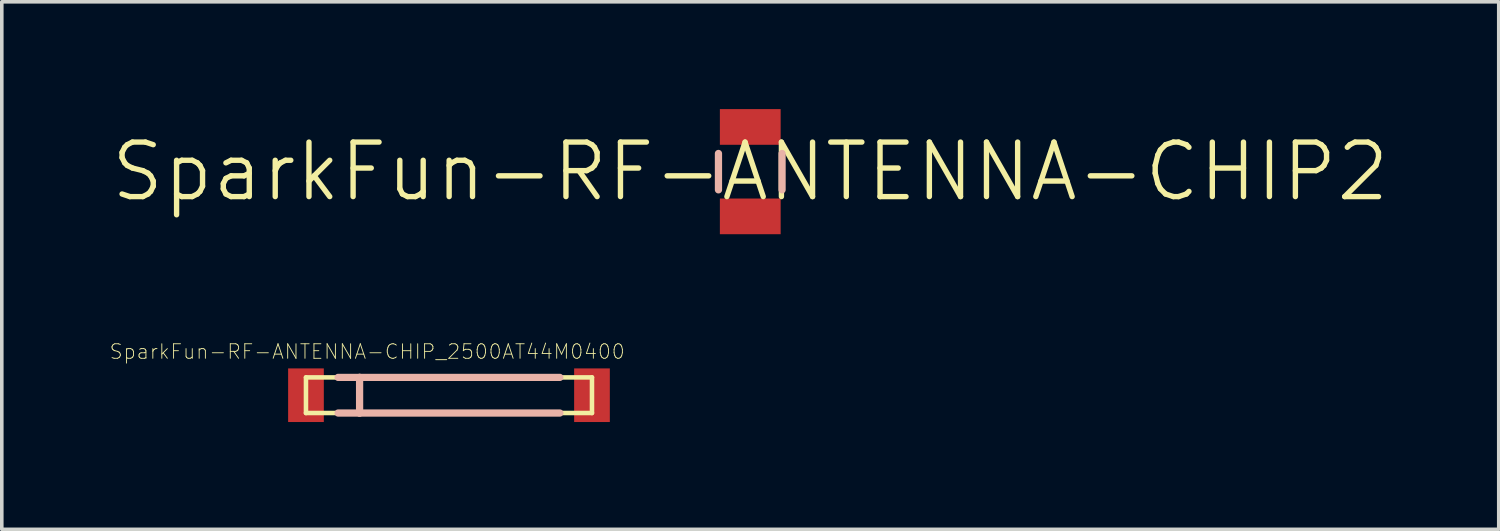
<source format=kicad_pcb>
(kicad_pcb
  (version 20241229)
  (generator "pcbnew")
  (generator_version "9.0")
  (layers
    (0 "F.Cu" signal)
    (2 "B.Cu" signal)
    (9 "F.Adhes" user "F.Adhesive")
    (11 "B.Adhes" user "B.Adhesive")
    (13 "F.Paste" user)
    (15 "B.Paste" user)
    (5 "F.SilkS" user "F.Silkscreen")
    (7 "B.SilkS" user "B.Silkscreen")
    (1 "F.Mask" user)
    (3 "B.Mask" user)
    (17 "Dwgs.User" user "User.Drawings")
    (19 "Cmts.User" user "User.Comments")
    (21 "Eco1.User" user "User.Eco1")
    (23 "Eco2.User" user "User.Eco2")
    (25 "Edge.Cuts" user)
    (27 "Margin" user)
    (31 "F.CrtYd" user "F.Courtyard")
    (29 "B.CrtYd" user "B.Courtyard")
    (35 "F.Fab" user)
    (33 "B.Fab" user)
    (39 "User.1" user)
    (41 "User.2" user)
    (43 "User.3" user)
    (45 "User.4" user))
  (footprint "SparkFun-RF-ANTENNA-CHIP_2500AT44M0400"
    (layer "F.Cu")
    (at 9.502 7.999)
    (property "Reference" "SparkFun-RF-ANTENNA-CHIP_2500AT44M0400" (at -2.286 -1.219 0) (layer "F.SilkS") (effects (font (size 0.406 0.406) (thickness 0.025))))
    (attr smd)
    (fp_line (start -3.998 -0.498) (end -2.499 -0.498) (stroke (width 0.127) (type solid)) (layer "F.SilkS"))
    (fp_line (start -3.998 0.498) (end -3.998 -0.498) (stroke (width 0.127) (type solid)) (layer "F.SilkS"))
    (fp_line (start -2.499 -0.498) (end -2.499 0.498) (stroke (width 0.127) (type solid)) (layer "F.SilkS"))
    (fp_line (start -2.499 -0.498) (end 3.998 -0.498) (stroke (width 0.127) (type solid)) (layer "F.SilkS"))
    (fp_line (start -2.499 0.498) (end -3.998 0.498) (stroke (width 0.127) (type solid)) (layer "F.SilkS"))
    (fp_line (start 3.998 -0.498) (end 3.998 0.498) (stroke (width 0.127) (type solid)) (layer "F.SilkS"))
    (fp_line (start 3.998 0.498) (end -2.499 0.498) (stroke (width 0.127) (type solid)) (layer "F.SilkS"))
    (fp_line (start -3.099 -0.498) (end -2.499 -0.498) (stroke (width 0.203) (type solid)) (layer "B.SilkS"))
    (fp_line (start -2.499 -0.498) (end -2.499 0.498) (stroke (width 0.203) (type solid)) (layer "B.SilkS"))
    (fp_line (start -2.499 -0.498) (end 3.099 -0.498) (stroke (width 0.203) (type solid)) (layer "B.SilkS"))
    (fp_line (start -2.499 0.498) (end -3.099 0.498) (stroke (width 0.203) (type solid)) (layer "B.SilkS"))
    (fp_line (start 3.099 0.498) (end -2.499 0.498) (stroke (width 0.203) (type solid)) (layer "B.SilkS"))
    (pad "FEED" smd rect (at -3.998 0) (size 0.998 1.499) (layers "F.Cu" "F.Mask" "F.Paste"))
    (pad "NC" smd rect (at 3.998 0) (size 0.998 1.499) (layers "F.Cu" "F.Mask" "F.Paste")))
  (footprint "SparkFun-RF-ANTENNA-CHIP2"
    (layer "F.Cu")
    (at 17.925 1.749)
    (property "Reference" "SparkFun-RF-ANTENNA-CHIP2" (at 0 0 0) (layer "F.SilkS") (effects (font (size 1.524 1.524) (thickness 0.15))))
    (attr smd)
    (fp_line (start -0.889 -0.508) (end -0.889 0.508) (stroke (width 0.203) (type solid)) (layer "B.SilkS"))
    (fp_line (start 0.889 -0.508) (end 0.889 0.508) (stroke (width 0.203) (type solid)) (layer "B.SilkS"))
    (pad "FEED" smd rect (at 0 -1.25) (size 1.699 0.998) (layers "F.Cu" "F.Mask" "F.Paste"))
    (pad "P$2" smd rect (at 0 1.25) (size 1.699 0.998) (layers "F.Cu" "F.Mask" "F.Paste")))
  (gr_rect
    (start -3 -3)
    (end 38.85 11.748)
    (stroke (width 0.1) (type default))
    (fill no)
    (layer "Edge.Cuts")))
</source>
